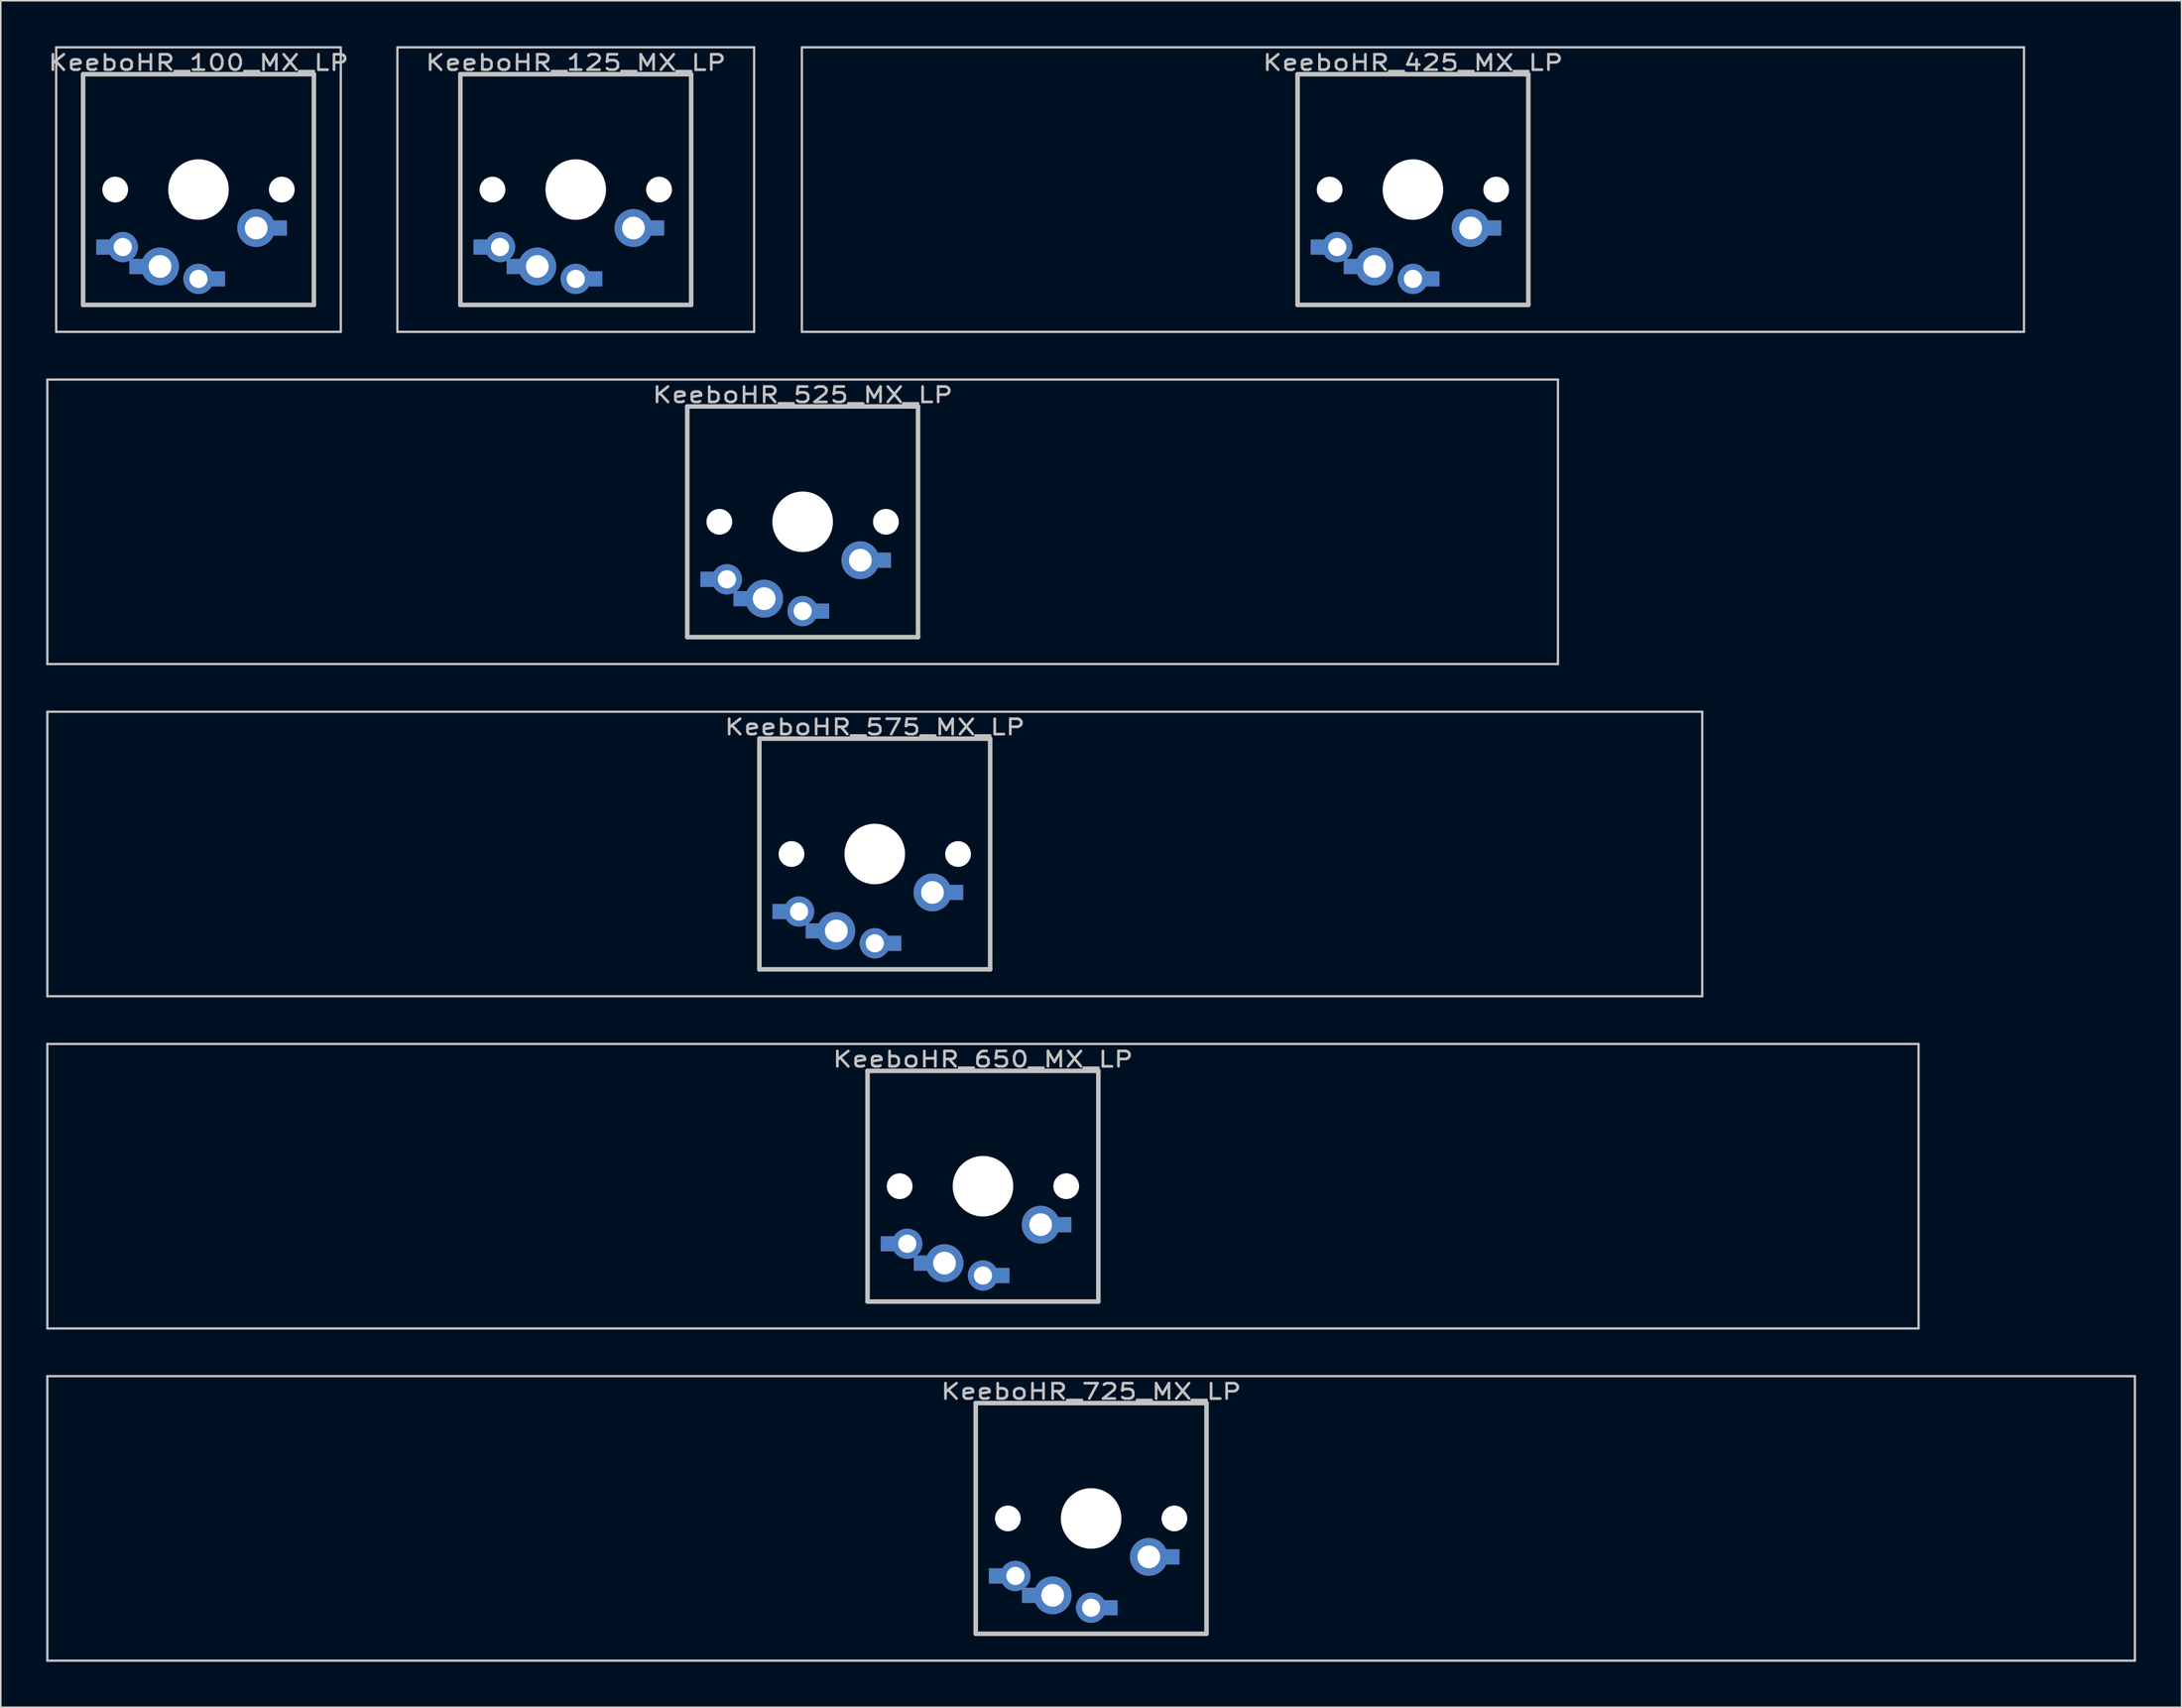
<source format=kicad_pcb>
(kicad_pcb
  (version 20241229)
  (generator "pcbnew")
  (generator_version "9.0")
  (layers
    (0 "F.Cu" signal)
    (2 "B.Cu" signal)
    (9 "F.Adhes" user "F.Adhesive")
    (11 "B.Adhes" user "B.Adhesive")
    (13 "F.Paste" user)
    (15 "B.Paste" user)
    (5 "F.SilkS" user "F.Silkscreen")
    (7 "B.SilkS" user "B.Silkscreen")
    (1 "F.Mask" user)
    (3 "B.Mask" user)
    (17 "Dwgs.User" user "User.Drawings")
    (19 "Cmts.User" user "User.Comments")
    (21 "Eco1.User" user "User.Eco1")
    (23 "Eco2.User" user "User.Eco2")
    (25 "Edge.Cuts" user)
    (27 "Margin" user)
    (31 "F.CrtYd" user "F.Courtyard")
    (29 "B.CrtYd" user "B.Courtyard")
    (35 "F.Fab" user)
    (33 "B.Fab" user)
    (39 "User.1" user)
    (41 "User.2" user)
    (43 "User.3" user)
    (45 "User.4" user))
  (footprint "KeeboHR_575_MX_LP"
    (layer "F.Cu")
    (at 54.718 53.371)
    (property "Reference" "KeeboHR_575_MX_LP" (at 0 -8.382 0) (layer "Dwgs.User") (effects (font (size 1.016 1.27) (thickness 0.178))))
    (attr through_hole)
    (fp_line (start -54.642 -9.398) (end 54.642 -9.398) (stroke (width 0.152) (type solid)) (layer "Dwgs.User"))
    (fp_line (start -54.642 9.398) (end -54.642 -9.398) (stroke (width 0.152) (type solid)) (layer "Dwgs.User"))
    (fp_line (start -7.62 -7.62) (end 7.62 -7.62) (stroke (width 0.3) (type solid)) (layer "Dwgs.User"))
    (fp_line (start -7.62 7.62) (end -7.62 -7.62) (stroke (width 0.3) (type solid)) (layer "Dwgs.User"))
    (fp_line (start 7.62 -7.62) (end 7.62 7.62) (stroke (width 0.3) (type solid)) (layer "Dwgs.User"))
    (fp_line (start 7.62 7.62) (end -7.62 7.62) (stroke (width 0.3) (type solid)) (layer "Dwgs.User"))
    (fp_line (start 54.642 -9.398) (end 54.642 9.398) (stroke (width 0.152) (type solid)) (layer "Dwgs.User"))
    (fp_line (start 54.642 9.398) (end -54.642 9.398) (stroke (width 0.152) (type solid)) (layer "Dwgs.User"))
    (pad "" np_thru_hole circle (at -5.5 0) (size 1.7 1.7) (drill 1.7) (layers "*.Cu" "*.Mask"))
    (pad "" np_thru_hole circle (at 0 0) (size 4 4) (drill 4) (layers "*.Cu" "*.Mask"))
    (pad "" np_thru_hole circle (at 5.5 0) (size 1.7 1.7) (drill 1.7) (layers "*.Cu" "*.Mask"))
    (pad "1" thru_hole circle (at 0 5.9) (size 2 2) (drill 1.2) (layers "*.Cu" "*.Mask"))
    (pad "1" smd rect (at 1.25 5.9) (size 1 1) (layers "*.Cu" "*.Mask"))
    (pad "1" thru_hole circle (at 3.81 2.54) (size 2.5 2.5) (drill 1.5) (layers "*.Cu" "*.Mask"))
    (pad "1" smd rect (at 5.334 2.54) (size 1 1) (layers "*.Cu" "*.Mask"))
    (pad "2" smd rect (at -6.25 3.8) (size 1 1) (layers "*.Cu" "*.Mask"))
    (pad "2" thru_hole circle (at -5 3.8) (size 2 2) (drill 1.2) (layers "*.Cu" "*.Mask"))
    (pad "2" smd rect (at -4.064 5.08) (size 1 1) (layers "*.Cu" "*.Mask"))
    (pad "2" thru_hole circle (at -2.54 5.08) (size 2.5 2.5) (drill 1.5) (layers "*.Cu" "*.Mask")))
  (footprint "KeeboHR_125_MX_LP"
    (layer "F.Cu")
    (at 34.971 9.474)
    (property "Reference" "KeeboHR_125_MX_LP" (at 0 -8.382 0) (layer "Dwgs.User") (effects (font (size 1.016 1.27) (thickness 0.178))))
    (attr through_hole)
    (fp_line (start -11.779 -9.398) (end 11.779 -9.398) (stroke (width 0.152) (type solid)) (layer "Dwgs.User"))
    (fp_line (start -11.779 9.398) (end -11.779 -9.398) (stroke (width 0.152) (type solid)) (layer "Dwgs.User"))
    (fp_line (start -7.62 -7.62) (end 7.62 -7.62) (stroke (width 0.3) (type solid)) (layer "Dwgs.User"))
    (fp_line (start -7.62 7.62) (end -7.62 -7.62) (stroke (width 0.3) (type solid)) (layer "Dwgs.User"))
    (fp_line (start 7.62 -7.62) (end 7.62 7.62) (stroke (width 0.3) (type solid)) (layer "Dwgs.User"))
    (fp_line (start 7.62 7.62) (end -7.62 7.62) (stroke (width 0.3) (type solid)) (layer "Dwgs.User"))
    (fp_line (start 11.779 -9.398) (end 11.779 9.398) (stroke (width 0.152) (type solid)) (layer "Dwgs.User"))
    (fp_line (start 11.779 9.398) (end -11.779 9.398) (stroke (width 0.152) (type solid)) (layer "Dwgs.User"))
    (pad "" np_thru_hole circle (at -5.5 0) (size 1.7 1.7) (drill 1.7) (layers "*.Cu" "*.Mask"))
    (pad "" np_thru_hole circle (at 0 0) (size 4 4) (drill 4) (layers "*.Cu" "*.Mask"))
    (pad "" np_thru_hole circle (at 5.5 0) (size 1.7 1.7) (drill 1.7) (layers "*.Cu" "*.Mask"))
    (pad "1" thru_hole circle (at 0 5.9) (size 2 2) (drill 1.2) (layers "*.Cu" "*.Mask"))
    (pad "1" smd rect (at 1.25 5.9) (size 1 1) (layers "*.Cu" "*.Mask"))
    (pad "1" thru_hole circle (at 3.81 2.54) (size 2.5 2.5) (drill 1.5) (layers "*.Cu" "*.Mask"))
    (pad "1" smd rect (at 5.334 2.54) (size 1 1) (layers "*.Cu" "*.Mask"))
    (pad "2" smd rect (at -6.25 3.8) (size 1 1) (layers "*.Cu" "*.Mask"))
    (pad "2" thru_hole circle (at -5 3.8) (size 2 2) (drill 1.2) (layers "*.Cu" "*.Mask"))
    (pad "2" smd rect (at -4.064 5.08) (size 1 1) (layers "*.Cu" "*.Mask"))
    (pad "2" thru_hole circle (at -2.54 5.08) (size 2.5 2.5) (drill 1.5) (layers "*.Cu" "*.Mask")))
  (footprint "KeeboHR_100_MX_LP"
    (layer "F.Cu")
    (at 10.058 9.474)
    (property "Reference" "KeeboHR_100_MX_LP" (at 0 -8.382 0) (layer "Dwgs.User") (effects (font (size 1.016 1.27) (thickness 0.178))))
    (attr through_hole)
    (fp_line (start -9.398 -9.398) (end 9.398 -9.398) (stroke (width 0.152) (type solid)) (layer "Dwgs.User"))
    (fp_line (start -9.398 9.398) (end -9.398 -9.398) (stroke (width 0.152) (type solid)) (layer "Dwgs.User"))
    (fp_line (start -7.62 -7.62) (end 7.62 -7.62) (stroke (width 0.3) (type solid)) (layer "Dwgs.User"))
    (fp_line (start -7.62 7.62) (end -7.62 -7.62) (stroke (width 0.3) (type solid)) (layer "Dwgs.User"))
    (fp_line (start 7.62 -7.62) (end 7.62 7.62) (stroke (width 0.3) (type solid)) (layer "Dwgs.User"))
    (fp_line (start 7.62 7.62) (end -7.62 7.62) (stroke (width 0.3) (type solid)) (layer "Dwgs.User"))
    (fp_line (start 9.398 -9.398) (end 9.398 9.398) (stroke (width 0.152) (type solid)) (layer "Dwgs.User"))
    (fp_line (start 9.398 9.398) (end -9.398 9.398) (stroke (width 0.152) (type solid)) (layer "Dwgs.User"))
    (pad "" np_thru_hole circle (at -5.5 0) (size 1.7 1.7) (drill 1.7) (layers "*.Cu" "*.Mask"))
    (pad "" np_thru_hole circle (at 0 0) (size 4 4) (drill 4) (layers "*.Cu" "*.Mask"))
    (pad "" np_thru_hole circle (at 5.5 0) (size 1.7 1.7) (drill 1.7) (layers "*.Cu" "*.Mask"))
    (pad "1" thru_hole circle (at 0 5.9) (size 2 2) (drill 1.2) (layers "*.Cu" "*.Mask"))
    (pad "1" smd rect (at 1.25 5.9) (size 1 1) (layers "*.Cu" "*.Mask"))
    (pad "1" thru_hole circle (at 3.81 2.54) (size 2.5 2.5) (drill 1.5) (layers "*.Cu" "*.Mask"))
    (pad "1" smd rect (at 5.334 2.54) (size 1 1) (layers "*.Cu" "*.Mask"))
    (pad "2" smd rect (at -6.25 3.8) (size 1 1) (layers "*.Cu" "*.Mask"))
    (pad "2" thru_hole circle (at -5 3.8) (size 2 2) (drill 1.2) (layers "*.Cu" "*.Mask"))
    (pad "2" smd rect (at -4.064 5.08) (size 1 1) (layers "*.Cu" "*.Mask"))
    (pad "2" thru_hole circle (at -2.54 5.08) (size 2.5 2.5) (drill 1.5) (layers "*.Cu" "*.Mask")))
  (footprint "KeeboHR_650_MX_LP"
    (layer "F.Cu")
    (at 61.862 75.319)
    (property "Reference" "KeeboHR_650_MX_LP" (at 0 -8.382 0) (layer "Dwgs.User") (effects (font (size 1.016 1.27) (thickness 0.178))))
    (attr through_hole)
    (fp_line (start -61.785 -9.398) (end 61.785 -9.398) (stroke (width 0.152) (type solid)) (layer "Dwgs.User"))
    (fp_line (start -61.785 9.398) (end -61.785 -9.398) (stroke (width 0.152) (type solid)) (layer "Dwgs.User"))
    (fp_line (start -7.62 -7.62) (end 7.62 -7.62) (stroke (width 0.3) (type solid)) (layer "Dwgs.User"))
    (fp_line (start -7.62 7.62) (end -7.62 -7.62) (stroke (width 0.3) (type solid)) (layer "Dwgs.User"))
    (fp_line (start 7.62 -7.62) (end 7.62 7.62) (stroke (width 0.3) (type solid)) (layer "Dwgs.User"))
    (fp_line (start 7.62 7.62) (end -7.62 7.62) (stroke (width 0.3) (type solid)) (layer "Dwgs.User"))
    (fp_line (start 61.785 -9.398) (end 61.785 9.398) (stroke (width 0.152) (type solid)) (layer "Dwgs.User"))
    (fp_line (start 61.785 9.398) (end -61.785 9.398) (stroke (width 0.152) (type solid)) (layer "Dwgs.User"))
    (pad "" np_thru_hole circle (at -5.5 0) (size 1.7 1.7) (drill 1.7) (layers "*.Cu" "*.Mask"))
    (pad "" np_thru_hole circle (at 0 0) (size 4 4) (drill 4) (layers "*.Cu" "*.Mask"))
    (pad "" np_thru_hole circle (at 5.5 0) (size 1.7 1.7) (drill 1.7) (layers "*.Cu" "*.Mask"))
    (pad "1" thru_hole circle (at 0 5.9) (size 2 2) (drill 1.2) (layers "*.Cu" "*.Mask"))
    (pad "1" smd rect (at 1.25 5.9) (size 1 1) (layers "*.Cu" "*.Mask"))
    (pad "1" thru_hole circle (at 3.81 2.54) (size 2.5 2.5) (drill 1.5) (layers "*.Cu" "*.Mask"))
    (pad "1" smd rect (at 5.334 2.54) (size 1 1) (layers "*.Cu" "*.Mask"))
    (pad "2" smd rect (at -6.25 3.8) (size 1 1) (layers "*.Cu" "*.Mask"))
    (pad "2" thru_hole circle (at -5 3.8) (size 2 2) (drill 1.2) (layers "*.Cu" "*.Mask"))
    (pad "2" smd rect (at -4.064 5.08) (size 1 1) (layers "*.Cu" "*.Mask"))
    (pad "2" thru_hole circle (at -2.54 5.08) (size 2.5 2.5) (drill 1.5) (layers "*.Cu" "*.Mask")))
  (footprint "KeeboHR_725_MX_LP"
    (layer "F.Cu")
    (at 69.005 97.268)
    (property "Reference" "KeeboHR_725_MX_LP" (at 0 -8.382 0) (layer "Dwgs.User") (effects (font (size 1.016 1.27) (thickness 0.178))))
    (attr through_hole)
    (fp_line (start -68.929 -9.398) (end 68.929 -9.398) (stroke (width 0.152) (type solid)) (layer "Dwgs.User"))
    (fp_line (start -68.929 9.398) (end -68.929 -9.398) (stroke (width 0.152) (type solid)) (layer "Dwgs.User"))
    (fp_line (start -7.62 -7.62) (end 7.62 -7.62) (stroke (width 0.3) (type solid)) (layer "Dwgs.User"))
    (fp_line (start -7.62 7.62) (end -7.62 -7.62) (stroke (width 0.3) (type solid)) (layer "Dwgs.User"))
    (fp_line (start 7.62 -7.62) (end 7.62 7.62) (stroke (width 0.3) (type solid)) (layer "Dwgs.User"))
    (fp_line (start 7.62 7.62) (end -7.62 7.62) (stroke (width 0.3) (type solid)) (layer "Dwgs.User"))
    (fp_line (start 68.929 -9.398) (end 68.929 9.398) (stroke (width 0.152) (type solid)) (layer "Dwgs.User"))
    (fp_line (start 68.929 9.398) (end -68.929 9.398) (stroke (width 0.152) (type solid)) (layer "Dwgs.User"))
    (pad "" np_thru_hole circle (at -5.5 0) (size 1.7 1.7) (drill 1.7) (layers "*.Cu" "*.Mask"))
    (pad "" np_thru_hole circle (at 0 0) (size 4 4) (drill 4) (layers "*.Cu" "*.Mask"))
    (pad "" np_thru_hole circle (at 5.5 0) (size 1.7 1.7) (drill 1.7) (layers "*.Cu" "*.Mask"))
    (pad "1" thru_hole circle (at 0 5.9) (size 2 2) (drill 1.2) (layers "*.Cu" "*.Mask"))
    (pad "1" smd rect (at 1.25 5.9) (size 1 1) (layers "*.Cu" "*.Mask"))
    (pad "1" thru_hole circle (at 3.81 2.54) (size 2.5 2.5) (drill 1.5) (layers "*.Cu" "*.Mask"))
    (pad "1" smd rect (at 5.334 2.54) (size 1 1) (layers "*.Cu" "*.Mask"))
    (pad "2" smd rect (at -6.25 3.8) (size 1 1) (layers "*.Cu" "*.Mask"))
    (pad "2" thru_hole circle (at -5 3.8) (size 2 2) (drill 1.2) (layers "*.Cu" "*.Mask"))
    (pad "2" smd rect (at -4.064 5.08) (size 1 1) (layers "*.Cu" "*.Mask"))
    (pad "2" thru_hole circle (at -2.54 5.08) (size 2.5 2.5) (drill 1.5) (layers "*.Cu" "*.Mask")))
  (footprint "KeeboHR_425_MX_LP"
    (layer "F.Cu")
    (at 90.257 9.474)
    (property "Reference" "KeeboHR_425_MX_LP" (at 0 -8.382 0) (layer "Dwgs.User") (effects (font (size 1.016 1.27) (thickness 0.178))))
    (attr through_hole)
    (fp_line (start -40.354 -9.398) (end 40.354 -9.398) (stroke (width 0.152) (type solid)) (layer "Dwgs.User"))
    (fp_line (start -40.354 9.398) (end -40.354 -9.398) (stroke (width 0.152) (type solid)) (layer "Dwgs.User"))
    (fp_line (start -7.62 -7.62) (end 7.62 -7.62) (stroke (width 0.3) (type solid)) (layer "Dwgs.User"))
    (fp_line (start -7.62 7.62) (end -7.62 -7.62) (stroke (width 0.3) (type solid)) (layer "Dwgs.User"))
    (fp_line (start 7.62 -7.62) (end 7.62 7.62) (stroke (width 0.3) (type solid)) (layer "Dwgs.User"))
    (fp_line (start 7.62 7.62) (end -7.62 7.62) (stroke (width 0.3) (type solid)) (layer "Dwgs.User"))
    (fp_line (start 40.354 -9.398) (end 40.354 9.398) (stroke (width 0.152) (type solid)) (layer "Dwgs.User"))
    (fp_line (start 40.354 9.398) (end -40.354 9.398) (stroke (width 0.152) (type solid)) (layer "Dwgs.User"))
    (pad "" np_thru_hole circle (at -5.5 0) (size 1.7 1.7) (drill 1.7) (layers "*.Cu" "*.Mask"))
    (pad "" np_thru_hole circle (at 0 0) (size 4 4) (drill 4) (layers "*.Cu" "*.Mask"))
    (pad "" np_thru_hole circle (at 5.5 0) (size 1.7 1.7) (drill 1.7) (layers "*.Cu" "*.Mask"))
    (pad "1" thru_hole circle (at 0 5.9) (size 2 2) (drill 1.2) (layers "*.Cu" "*.Mask"))
    (pad "1" smd rect (at 1.25 5.9) (size 1 1) (layers "*.Cu" "*.Mask"))
    (pad "1" thru_hole circle (at 3.81 2.54) (size 2.5 2.5) (drill 1.5) (layers "*.Cu" "*.Mask"))
    (pad "1" smd rect (at 5.334 2.54) (size 1 1) (layers "*.Cu" "*.Mask"))
    (pad "2" smd rect (at -6.25 3.8) (size 1 1) (layers "*.Cu" "*.Mask"))
    (pad "2" thru_hole circle (at -5 3.8) (size 2 2) (drill 1.2) (layers "*.Cu" "*.Mask"))
    (pad "2" smd rect (at -4.064 5.08) (size 1 1) (layers "*.Cu" "*.Mask"))
    (pad "2" thru_hole circle (at -2.54 5.08) (size 2.5 2.5) (drill 1.5) (layers "*.Cu" "*.Mask")))
  (footprint "KeeboHR_525_MX_LP"
    (layer "F.Cu")
    (at 49.955 31.423)
    (property "Reference" "KeeboHR_525_MX_LP" (at 0 -8.382 0) (layer "Dwgs.User") (effects (font (size 1.016 1.27) (thickness 0.178))))
    (attr through_hole)
    (fp_line (start -49.879 -9.398) (end 49.879 -9.398) (stroke (width 0.152) (type solid)) (layer "Dwgs.User"))
    (fp_line (start -49.879 9.398) (end -49.879 -9.398) (stroke (width 0.152) (type solid)) (layer "Dwgs.User"))
    (fp_line (start -7.62 -7.62) (end 7.62 -7.62) (stroke (width 0.3) (type solid)) (layer "Dwgs.User"))
    (fp_line (start -7.62 7.62) (end -7.62 -7.62) (stroke (width 0.3) (type solid)) (layer "Dwgs.User"))
    (fp_line (start 7.62 -7.62) (end 7.62 7.62) (stroke (width 0.3) (type solid)) (layer "Dwgs.User"))
    (fp_line (start 7.62 7.62) (end -7.62 7.62) (stroke (width 0.3) (type solid)) (layer "Dwgs.User"))
    (fp_line (start 49.879 -9.398) (end 49.879 9.398) (stroke (width 0.152) (type solid)) (layer "Dwgs.User"))
    (fp_line (start 49.879 9.398) (end -49.879 9.398) (stroke (width 0.152) (type solid)) (layer "Dwgs.User"))
    (pad "" np_thru_hole circle (at -5.5 0) (size 1.7 1.7) (drill 1.7) (layers "*.Cu" "*.Mask"))
    (pad "" np_thru_hole circle (at 0 0) (size 4 4) (drill 4) (layers "*.Cu" "*.Mask"))
    (pad "" np_thru_hole circle (at 5.5 0) (size 1.7 1.7) (drill 1.7) (layers "*.Cu" "*.Mask"))
    (pad "1" thru_hole circle (at 0 5.9) (size 2 2) (drill 1.2) (layers "*.Cu" "*.Mask"))
    (pad "1" smd rect (at 1.25 5.9) (size 1 1) (layers "*.Cu" "*.Mask"))
    (pad "1" thru_hole circle (at 3.81 2.54) (size 2.5 2.5) (drill 1.5) (layers "*.Cu" "*.Mask"))
    (pad "1" smd rect (at 5.334 2.54) (size 1 1) (layers "*.Cu" "*.Mask"))
    (pad "2" smd rect (at -6.25 3.8) (size 1 1) (layers "*.Cu" "*.Mask"))
    (pad "2" thru_hole circle (at -5 3.8) (size 2 2) (drill 1.2) (layers "*.Cu" "*.Mask"))
    (pad "2" smd rect (at -4.064 5.08) (size 1 1) (layers "*.Cu" "*.Mask"))
    (pad "2" thru_hole circle (at -2.54 5.08) (size 2.5 2.5) (drill 1.5) (layers "*.Cu" "*.Mask")))
  (gr_rect
    (start -3 -3)
    (end 141.011 109.742)
    (stroke (width 0.1) (type default))
    (fill no)
    (layer "Edge.Cuts")))
</source>
